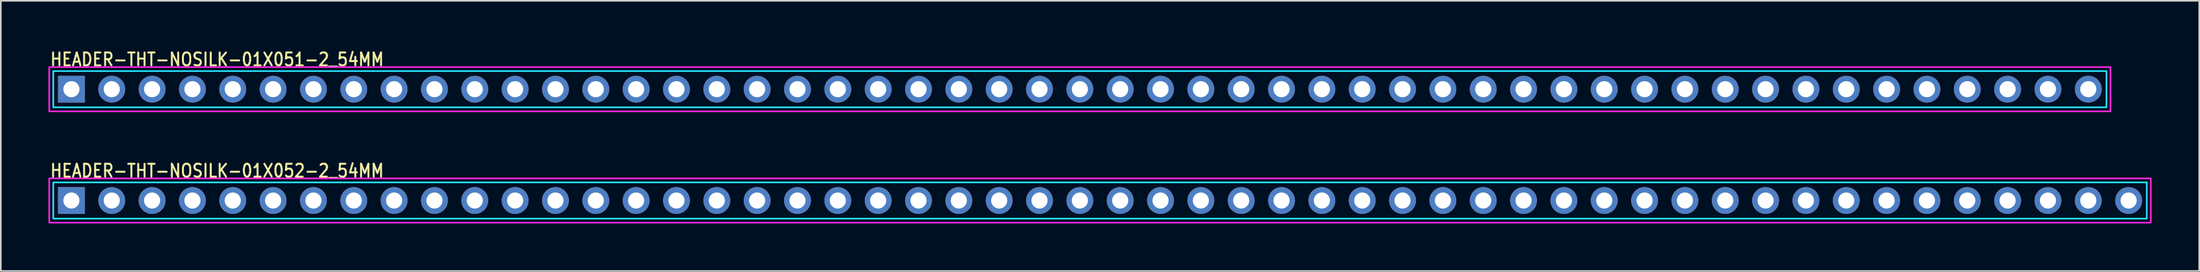
<source format=kicad_pcb>
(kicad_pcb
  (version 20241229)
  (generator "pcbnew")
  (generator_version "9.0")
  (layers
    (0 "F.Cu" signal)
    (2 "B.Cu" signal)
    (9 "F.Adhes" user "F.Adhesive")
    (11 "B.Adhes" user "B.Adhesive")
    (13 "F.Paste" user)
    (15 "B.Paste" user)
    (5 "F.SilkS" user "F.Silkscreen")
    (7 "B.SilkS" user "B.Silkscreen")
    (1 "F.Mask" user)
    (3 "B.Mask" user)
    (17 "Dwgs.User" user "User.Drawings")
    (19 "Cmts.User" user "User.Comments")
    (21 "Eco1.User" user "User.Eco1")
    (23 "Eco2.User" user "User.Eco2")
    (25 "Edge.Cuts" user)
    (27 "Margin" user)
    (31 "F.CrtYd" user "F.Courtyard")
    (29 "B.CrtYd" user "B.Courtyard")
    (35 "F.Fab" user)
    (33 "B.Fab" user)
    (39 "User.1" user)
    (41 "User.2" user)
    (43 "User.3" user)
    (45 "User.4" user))
  (footprint "HEADER-THT-NOSILK-01X052-2_54MM"
    (layer "F.Cu")
    (at 1.447 9.604)
    (property "Reference" "HEADER-THT-NOSILK-01X052-2_54MM" (at -1.4 -1.4 0) (unlocked yes) (layer "F.SilkS") (effects (font (size 0.813 0.695) (thickness 0.122)) (justify left bottom)))
    (fp_poly (pts (xy -1.143 -1.143) (xy 130.683 -1.143) (xy 130.683 1.143) (xy -1.143 1.143)) (stroke (width 0.1) (type solid)) (fill no) (layer "B.CrtYd"))
    (fp_poly (pts (xy -1.397 -1.397) (xy 130.937 -1.397) (xy 130.937 1.397) (xy -1.397 1.397)) (stroke (width 0.1) (type solid)) (fill no) (layer "F.CrtYd"))
    (pad "1" thru_hole rect (at 0 0) (size 1.693 1.693) (drill 1.016) (layers "*.Cu" "*.Mask"))
    (pad "2" thru_hole oval (at 2.54 0) (size 1.693 1.693) (drill 1.016) (layers "*.Cu" "*.Mask"))
    (pad "3" thru_hole oval (at 5.08 0) (size 1.693 1.693) (drill 1.016) (layers "*.Cu" "*.Mask"))
    (pad "4" thru_hole oval (at 7.62 0) (size 1.693 1.693) (drill 1.016) (layers "*.Cu" "*.Mask"))
    (pad "5" thru_hole oval (at 10.16 0) (size 1.693 1.693) (drill 1.016) (layers "*.Cu" "*.Mask"))
    (pad "6" thru_hole oval (at 12.7 0) (size 1.693 1.693) (drill 1.016) (layers "*.Cu" "*.Mask"))
    (pad "7" thru_hole oval (at 15.24 0) (size 1.693 1.693) (drill 1.016) (layers "*.Cu" "*.Mask"))
    (pad "8" thru_hole oval (at 17.78 0) (size 1.693 1.693) (drill 1.016) (layers "*.Cu" "*.Mask"))
    (pad "9" thru_hole oval (at 20.32 0) (size 1.693 1.693) (drill 1.016) (layers "*.Cu" "*.Mask"))
    (pad "10" thru_hole oval (at 22.86 0) (size 1.693 1.693) (drill 1.016) (layers "*.Cu" "*.Mask"))
    (pad "11" thru_hole oval (at 25.4 0) (size 1.693 1.693) (drill 1.016) (layers "*.Cu" "*.Mask"))
    (pad "12" thru_hole oval (at 27.94 0) (size 1.693 1.693) (drill 1.016) (layers "*.Cu" "*.Mask"))
    (pad "13" thru_hole oval (at 30.48 0) (size 1.693 1.693) (drill 1.016) (layers "*.Cu" "*.Mask"))
    (pad "14" thru_hole oval (at 33.02 0) (size 1.693 1.693) (drill 1.016) (layers "*.Cu" "*.Mask"))
    (pad "15" thru_hole oval (at 35.56 0) (size 1.693 1.693) (drill 1.016) (layers "*.Cu" "*.Mask"))
    (pad "16" thru_hole oval (at 38.1 0) (size 1.693 1.693) (drill 1.016) (layers "*.Cu" "*.Mask"))
    (pad "17" thru_hole oval (at 40.64 0) (size 1.693 1.693) (drill 1.016) (layers "*.Cu" "*.Mask"))
    (pad "18" thru_hole oval (at 43.18 0) (size 1.693 1.693) (drill 1.016) (layers "*.Cu" "*.Mask"))
    (pad "19" thru_hole oval (at 45.72 0) (size 1.693 1.693) (drill 1.016) (layers "*.Cu" "*.Mask"))
    (pad "20" thru_hole oval (at 48.26 0) (size 1.693 1.693) (drill 1.016) (layers "*.Cu" "*.Mask"))
    (pad "21" thru_hole oval (at 50.8 0) (size 1.693 1.693) (drill 1.016) (layers "*.Cu" "*.Mask"))
    (pad "22" thru_hole oval (at 53.34 0) (size 1.693 1.693) (drill 1.016) (layers "*.Cu" "*.Mask"))
    (pad "23" thru_hole oval (at 55.88 0) (size 1.693 1.693) (drill 1.016) (layers "*.Cu" "*.Mask"))
    (pad "24" thru_hole oval (at 58.42 0) (size 1.693 1.693) (drill 1.016) (layers "*.Cu" "*.Mask"))
    (pad "25" thru_hole oval (at 60.96 0) (size 1.693 1.693) (drill 1.016) (layers "*.Cu" "*.Mask"))
    (pad "26" thru_hole oval (at 63.5 0) (size 1.693 1.693) (drill 1.016) (layers "*.Cu" "*.Mask"))
    (pad "27" thru_hole oval (at 66.04 0) (size 1.693 1.693) (drill 1.016) (layers "*.Cu" "*.Mask"))
    (pad "28" thru_hole oval (at 68.58 0) (size 1.693 1.693) (drill 1.016) (layers "*.Cu" "*.Mask"))
    (pad "29" thru_hole oval (at 71.12 0) (size 1.693 1.693) (drill 1.016) (layers "*.Cu" "*.Mask"))
    (pad "30" thru_hole oval (at 73.66 0) (size 1.693 1.693) (drill 1.016) (layers "*.Cu" "*.Mask"))
    (pad "31" thru_hole oval (at 76.2 0) (size 1.693 1.693) (drill 1.016) (layers "*.Cu" "*.Mask"))
    (pad "32" thru_hole oval (at 78.74 0) (size 1.693 1.693) (drill 1.016) (layers "*.Cu" "*.Mask"))
    (pad "33" thru_hole oval (at 81.28 0) (size 1.693 1.693) (drill 1.016) (layers "*.Cu" "*.Mask"))
    (pad "34" thru_hole oval (at 83.82 0) (size 1.693 1.693) (drill 1.016) (layers "*.Cu" "*.Mask"))
    (pad "35" thru_hole oval (at 86.36 0) (size 1.693 1.693) (drill 1.016) (layers "*.Cu" "*.Mask"))
    (pad "36" thru_hole oval (at 88.9 0) (size 1.693 1.693) (drill 1.016) (layers "*.Cu" "*.Mask"))
    (pad "37" thru_hole oval (at 91.44 0) (size 1.693 1.693) (drill 1.016) (layers "*.Cu" "*.Mask"))
    (pad "38" thru_hole oval (at 93.98 0) (size 1.693 1.693) (drill 1.016) (layers "*.Cu" "*.Mask"))
    (pad "39" thru_hole oval (at 96.52 0) (size 1.693 1.693) (drill 1.016) (layers "*.Cu" "*.Mask"))
    (pad "40" thru_hole oval (at 99.06 0) (size 1.693 1.693) (drill 1.016) (layers "*.Cu" "*.Mask"))
    (pad "41" thru_hole oval (at 101.6 0) (size 1.693 1.693) (drill 1.016) (layers "*.Cu" "*.Mask"))
    (pad "42" thru_hole oval (at 104.14 0) (size 1.693 1.693) (drill 1.016) (layers "*.Cu" "*.Mask"))
    (pad "43" thru_hole oval (at 106.68 0) (size 1.693 1.693) (drill 1.016) (layers "*.Cu" "*.Mask"))
    (pad "44" thru_hole oval (at 109.22 0) (size 1.693 1.693) (drill 1.016) (layers "*.Cu" "*.Mask"))
    (pad "45" thru_hole oval (at 111.76 0) (size 1.693 1.693) (drill 1.016) (layers "*.Cu" "*.Mask"))
    (pad "46" thru_hole oval (at 114.3 0) (size 1.693 1.693) (drill 1.016) (layers "*.Cu" "*.Mask"))
    (pad "47" thru_hole oval (at 116.84 0) (size 1.693 1.693) (drill 1.016) (layers "*.Cu" "*.Mask"))
    (pad "48" thru_hole oval (at 119.38 0) (size 1.693 1.693) (drill 1.016) (layers "*.Cu" "*.Mask"))
    (pad "49" thru_hole oval (at 121.92 0) (size 1.693 1.693) (drill 1.016) (layers "*.Cu" "*.Mask"))
    (pad "50" thru_hole oval (at 124.46 0) (size 1.693 1.693) (drill 1.016) (layers "*.Cu" "*.Mask"))
    (pad "51" thru_hole oval (at 127 0) (size 1.693 1.693) (drill 1.016) (layers "*.Cu" "*.Mask"))
    (pad "52" thru_hole oval (at 129.54 0) (size 1.693 1.693) (drill 1.016) (layers "*.Cu" "*.Mask")))
  (footprint "HEADER-THT-NOSILK-01X051-2_54MM"
    (layer "F.Cu")
    (at 1.447 2.579)
    (property "Reference" "HEADER-THT-NOSILK-01X051-2_54MM" (at -1.4 -1.4 0) (unlocked yes) (layer "F.SilkS") (effects (font (size 0.813 0.695) (thickness 0.122)) (justify left bottom)))
    (fp_poly (pts (xy -1.143 -1.143) (xy 128.143 -1.143) (xy 128.143 1.143) (xy -1.143 1.143)) (stroke (width 0.1) (type solid)) (fill no) (layer "B.CrtYd"))
    (fp_poly (pts (xy -1.397 -1.397) (xy 128.397 -1.397) (xy 128.397 1.397) (xy -1.397 1.397)) (stroke (width 0.1) (type solid)) (fill no) (layer "F.CrtYd"))
    (pad "1" thru_hole rect (at 0 0) (size 1.693 1.693) (drill 1.016) (layers "*.Cu" "*.Mask"))
    (pad "2" thru_hole oval (at 2.54 0) (size 1.693 1.693) (drill 1.016) (layers "*.Cu" "*.Mask"))
    (pad "3" thru_hole oval (at 5.08 0) (size 1.693 1.693) (drill 1.016) (layers "*.Cu" "*.Mask"))
    (pad "4" thru_hole oval (at 7.62 0) (size 1.693 1.693) (drill 1.016) (layers "*.Cu" "*.Mask"))
    (pad "5" thru_hole oval (at 10.16 0) (size 1.693 1.693) (drill 1.016) (layers "*.Cu" "*.Mask"))
    (pad "6" thru_hole oval (at 12.7 0) (size 1.693 1.693) (drill 1.016) (layers "*.Cu" "*.Mask"))
    (pad "7" thru_hole oval (at 15.24 0) (size 1.693 1.693) (drill 1.016) (layers "*.Cu" "*.Mask"))
    (pad "8" thru_hole oval (at 17.78 0) (size 1.693 1.693) (drill 1.016) (layers "*.Cu" "*.Mask"))
    (pad "9" thru_hole oval (at 20.32 0) (size 1.693 1.693) (drill 1.016) (layers "*.Cu" "*.Mask"))
    (pad "10" thru_hole oval (at 22.86 0) (size 1.693 1.693) (drill 1.016) (layers "*.Cu" "*.Mask"))
    (pad "11" thru_hole oval (at 25.4 0) (size 1.693 1.693) (drill 1.016) (layers "*.Cu" "*.Mask"))
    (pad "12" thru_hole oval (at 27.94 0) (size 1.693 1.693) (drill 1.016) (layers "*.Cu" "*.Mask"))
    (pad "13" thru_hole oval (at 30.48 0) (size 1.693 1.693) (drill 1.016) (layers "*.Cu" "*.Mask"))
    (pad "14" thru_hole oval (at 33.02 0) (size 1.693 1.693) (drill 1.016) (layers "*.Cu" "*.Mask"))
    (pad "15" thru_hole oval (at 35.56 0) (size 1.693 1.693) (drill 1.016) (layers "*.Cu" "*.Mask"))
    (pad "16" thru_hole oval (at 38.1 0) (size 1.693 1.693) (drill 1.016) (layers "*.Cu" "*.Mask"))
    (pad "17" thru_hole oval (at 40.64 0) (size 1.693 1.693) (drill 1.016) (layers "*.Cu" "*.Mask"))
    (pad "18" thru_hole oval (at 43.18 0) (size 1.693 1.693) (drill 1.016) (layers "*.Cu" "*.Mask"))
    (pad "19" thru_hole oval (at 45.72 0) (size 1.693 1.693) (drill 1.016) (layers "*.Cu" "*.Mask"))
    (pad "20" thru_hole oval (at 48.26 0) (size 1.693 1.693) (drill 1.016) (layers "*.Cu" "*.Mask"))
    (pad "21" thru_hole oval (at 50.8 0) (size 1.693 1.693) (drill 1.016) (layers "*.Cu" "*.Mask"))
    (pad "22" thru_hole oval (at 53.34 0) (size 1.693 1.693) (drill 1.016) (layers "*.Cu" "*.Mask"))
    (pad "23" thru_hole oval (at 55.88 0) (size 1.693 1.693) (drill 1.016) (layers "*.Cu" "*.Mask"))
    (pad "24" thru_hole oval (at 58.42 0) (size 1.693 1.693) (drill 1.016) (layers "*.Cu" "*.Mask"))
    (pad "25" thru_hole oval (at 60.96 0) (size 1.693 1.693) (drill 1.016) (layers "*.Cu" "*.Mask"))
    (pad "26" thru_hole oval (at 63.5 0) (size 1.693 1.693) (drill 1.016) (layers "*.Cu" "*.Mask"))
    (pad "27" thru_hole oval (at 66.04 0) (size 1.693 1.693) (drill 1.016) (layers "*.Cu" "*.Mask"))
    (pad "28" thru_hole oval (at 68.58 0) (size 1.693 1.693) (drill 1.016) (layers "*.Cu" "*.Mask"))
    (pad "29" thru_hole oval (at 71.12 0) (size 1.693 1.693) (drill 1.016) (layers "*.Cu" "*.Mask"))
    (pad "30" thru_hole oval (at 73.66 0) (size 1.693 1.693) (drill 1.016) (layers "*.Cu" "*.Mask"))
    (pad "31" thru_hole oval (at 76.2 0) (size 1.693 1.693) (drill 1.016) (layers "*.Cu" "*.Mask"))
    (pad "32" thru_hole oval (at 78.74 0) (size 1.693 1.693) (drill 1.016) (layers "*.Cu" "*.Mask"))
    (pad "33" thru_hole oval (at 81.28 0) (size 1.693 1.693) (drill 1.016) (layers "*.Cu" "*.Mask"))
    (pad "34" thru_hole oval (at 83.82 0) (size 1.693 1.693) (drill 1.016) (layers "*.Cu" "*.Mask"))
    (pad "35" thru_hole oval (at 86.36 0) (size 1.693 1.693) (drill 1.016) (layers "*.Cu" "*.Mask"))
    (pad "36" thru_hole oval (at 88.9 0) (size 1.693 1.693) (drill 1.016) (layers "*.Cu" "*.Mask"))
    (pad "37" thru_hole oval (at 91.44 0) (size 1.693 1.693) (drill 1.016) (layers "*.Cu" "*.Mask"))
    (pad "38" thru_hole oval (at 93.98 0) (size 1.693 1.693) (drill 1.016) (layers "*.Cu" "*.Mask"))
    (pad "39" thru_hole oval (at 96.52 0) (size 1.693 1.693) (drill 1.016) (layers "*.Cu" "*.Mask"))
    (pad "40" thru_hole oval (at 99.06 0) (size 1.693 1.693) (drill 1.016) (layers "*.Cu" "*.Mask"))
    (pad "41" thru_hole oval (at 101.6 0) (size 1.693 1.693) (drill 1.016) (layers "*.Cu" "*.Mask"))
    (pad "42" thru_hole oval (at 104.14 0) (size 1.693 1.693) (drill 1.016) (layers "*.Cu" "*.Mask"))
    (pad "43" thru_hole oval (at 106.68 0) (size 1.693 1.693) (drill 1.016) (layers "*.Cu" "*.Mask"))
    (pad "44" thru_hole oval (at 109.22 0) (size 1.693 1.693) (drill 1.016) (layers "*.Cu" "*.Mask"))
    (pad "45" thru_hole oval (at 111.76 0) (size 1.693 1.693) (drill 1.016) (layers "*.Cu" "*.Mask"))
    (pad "46" thru_hole oval (at 114.3 0) (size 1.693 1.693) (drill 1.016) (layers "*.Cu" "*.Mask"))
    (pad "47" thru_hole oval (at 116.84 0) (size 1.693 1.693) (drill 1.016) (layers "*.Cu" "*.Mask"))
    (pad "48" thru_hole oval (at 119.38 0) (size 1.693 1.693) (drill 1.016) (layers "*.Cu" "*.Mask"))
    (pad "49" thru_hole oval (at 121.92 0) (size 1.693 1.693) (drill 1.016) (layers "*.Cu" "*.Mask"))
    (pad "50" thru_hole oval (at 124.46 0) (size 1.693 1.693) (drill 1.016) (layers "*.Cu" "*.Mask"))
    (pad "51" thru_hole oval (at 127 0) (size 1.693 1.693) (drill 1.016) (layers "*.Cu" "*.Mask")))
  (gr_rect
    (start -3 -3)
    (end 135.434 14.051)
    (stroke (width 0.1) (type default))
    (fill no)
    (layer "Edge.Cuts")))
</source>
